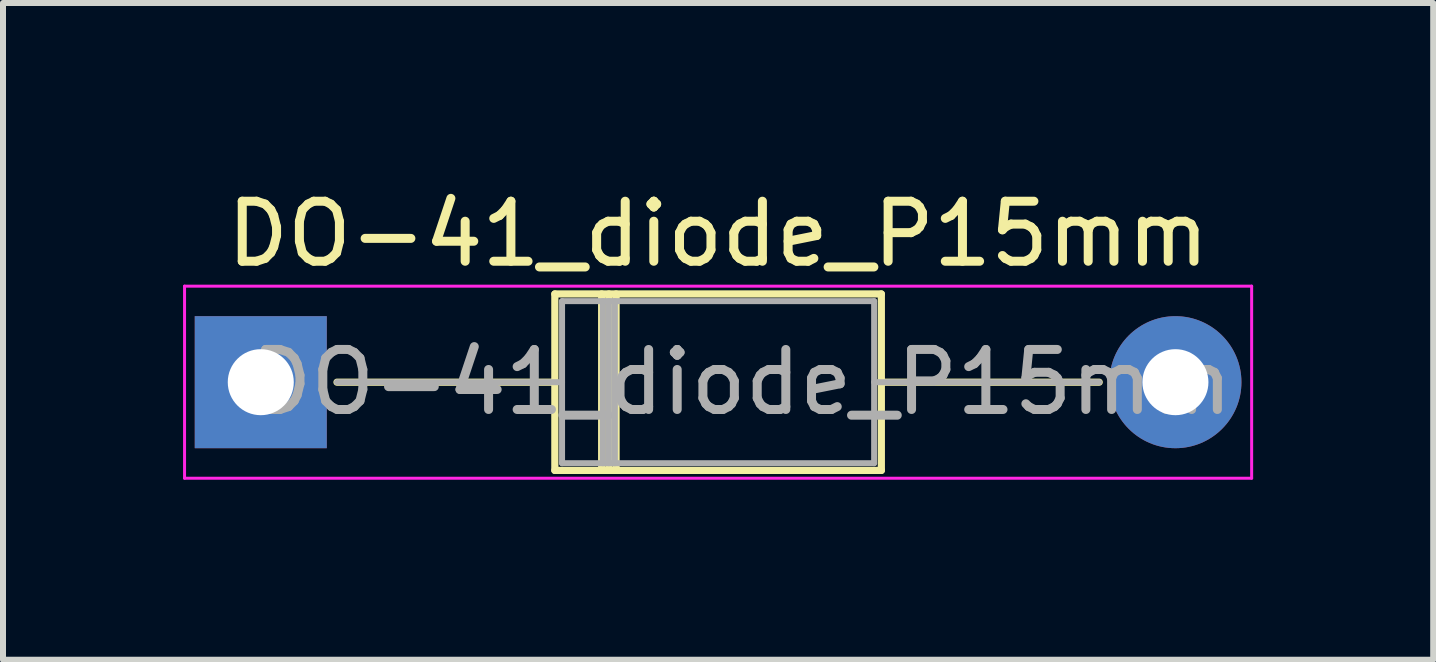
<source format=kicad_pcb>
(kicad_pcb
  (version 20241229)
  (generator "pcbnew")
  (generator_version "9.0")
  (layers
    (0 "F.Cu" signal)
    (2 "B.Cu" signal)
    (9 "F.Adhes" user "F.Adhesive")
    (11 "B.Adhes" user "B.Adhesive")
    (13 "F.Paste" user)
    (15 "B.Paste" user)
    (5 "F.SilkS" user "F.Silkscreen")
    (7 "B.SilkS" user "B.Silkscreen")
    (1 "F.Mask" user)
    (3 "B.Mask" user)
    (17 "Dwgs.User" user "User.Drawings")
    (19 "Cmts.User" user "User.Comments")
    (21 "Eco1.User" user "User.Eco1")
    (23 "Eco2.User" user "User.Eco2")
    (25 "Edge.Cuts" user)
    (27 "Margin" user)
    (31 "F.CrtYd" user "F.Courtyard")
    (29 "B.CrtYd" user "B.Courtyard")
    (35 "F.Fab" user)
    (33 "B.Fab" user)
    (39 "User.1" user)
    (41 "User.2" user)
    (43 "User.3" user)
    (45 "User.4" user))
  (footprint "DO-41_diode_P15mm"
    (layer "F.Cu")
    (at 2.565 3.318)
    (property "Reference" "DO-41_diode_P15mm" (at 6.35 -2.47 0) (layer "F.SilkS") (effects (font (size 1 1) (thickness 0.15))))
    (attr through_hole)
    (fp_line (start 0 0) (end 3.63 0) (stroke (width 0.12) (type solid)) (layer "F.SilkS"))
    (fp_line (start 3.63 -1.47) (end 3.63 1.47) (stroke (width 0.12) (type solid)) (layer "F.SilkS"))
    (fp_line (start 3.63 1.47) (end 9.07 1.47) (stroke (width 0.12) (type solid)) (layer "F.SilkS"))
    (fp_line (start 4.41 -1.47) (end 4.41 1.47) (stroke (width 0.12) (type solid)) (layer "F.SilkS"))
    (fp_line (start 4.53 -1.47) (end 4.53 1.47) (stroke (width 0.12) (type solid)) (layer "F.SilkS"))
    (fp_line (start 4.65 -1.47) (end 4.65 1.47) (stroke (width 0.12) (type solid)) (layer "F.SilkS"))
    (fp_line (start 9.07 -1.47) (end 3.63 -1.47) (stroke (width 0.12) (type solid)) (layer "F.SilkS"))
    (fp_line (start 9.07 1.47) (end 9.07 -1.47) (stroke (width 0.12) (type solid)) (layer "F.SilkS"))
    (fp_line (start 12.7 0) (end 9.07 0) (stroke (width 0.12) (type solid)) (layer "F.SilkS"))
    (fp_line (start -2.54 -1.6) (end -2.54 1.6) (stroke (width 0.05) (type solid)) (layer "F.CrtYd"))
    (fp_line (start -2.54 1.6) (end 15.24 1.6) (stroke (width 0.05) (type solid)) (layer "F.CrtYd"))
    (fp_line (start 15.24 -1.6) (end -2.54 -1.6) (stroke (width 0.05) (type solid)) (layer "F.CrtYd"))
    (fp_line (start 15.24 1.6) (end 15.24 -1.6) (stroke (width 0.05) (type solid)) (layer "F.CrtYd"))
    (fp_line (start 0 0) (end 3.75 0) (stroke (width 0.1) (type solid)) (layer "F.Fab"))
    (fp_line (start 3.75 -1.35) (end 3.75 1.35) (stroke (width 0.1) (type solid)) (layer "F.Fab"))
    (fp_line (start 3.75 1.35) (end 8.95 1.35) (stroke (width 0.1) (type solid)) (layer "F.Fab"))
    (fp_line (start 4.43 -1.35) (end 4.43 1.35) (stroke (width 0.1) (type solid)) (layer "F.Fab"))
    (fp_line (start 4.53 -1.35) (end 4.53 1.35) (stroke (width 0.1) (type solid)) (layer "F.Fab"))
    (fp_line (start 4.63 -1.35) (end 4.63 1.35) (stroke (width 0.1) (type solid)) (layer "F.Fab"))
    (fp_line (start 8.95 -1.35) (end 3.75 -1.35) (stroke (width 0.1) (type solid)) (layer "F.Fab"))
    (fp_line (start 8.95 1.35) (end 8.95 -1.35) (stroke (width 0.1) (type solid)) (layer "F.Fab"))
    (fp_line (start 12.7 0) (end 8.95 0) (stroke (width 0.1) (type solid)) (layer "F.Fab"))
    (fp_text user "${REFERENCE}" (at 6.74 0 0) (layer "F.Fab") (effects (font (size 1 1) (thickness 0.15))))
    (pad "1" thru_hole rect (at -1.27 0) (size 2.2 2.2) (drill 1.1) (layers "*.Cu" "*.Mask"))
    (pad "2" thru_hole oval (at 13.97 0) (size 2.2 2.2) (drill 1.1) (layers "*.Cu" "*.Mask")))
  (gr_rect
    (start -3 -3)
    (end 20.83 7.943)
    (stroke (width 0.1) (type default))
    (fill no)
    (layer "Edge.Cuts")))
</source>
